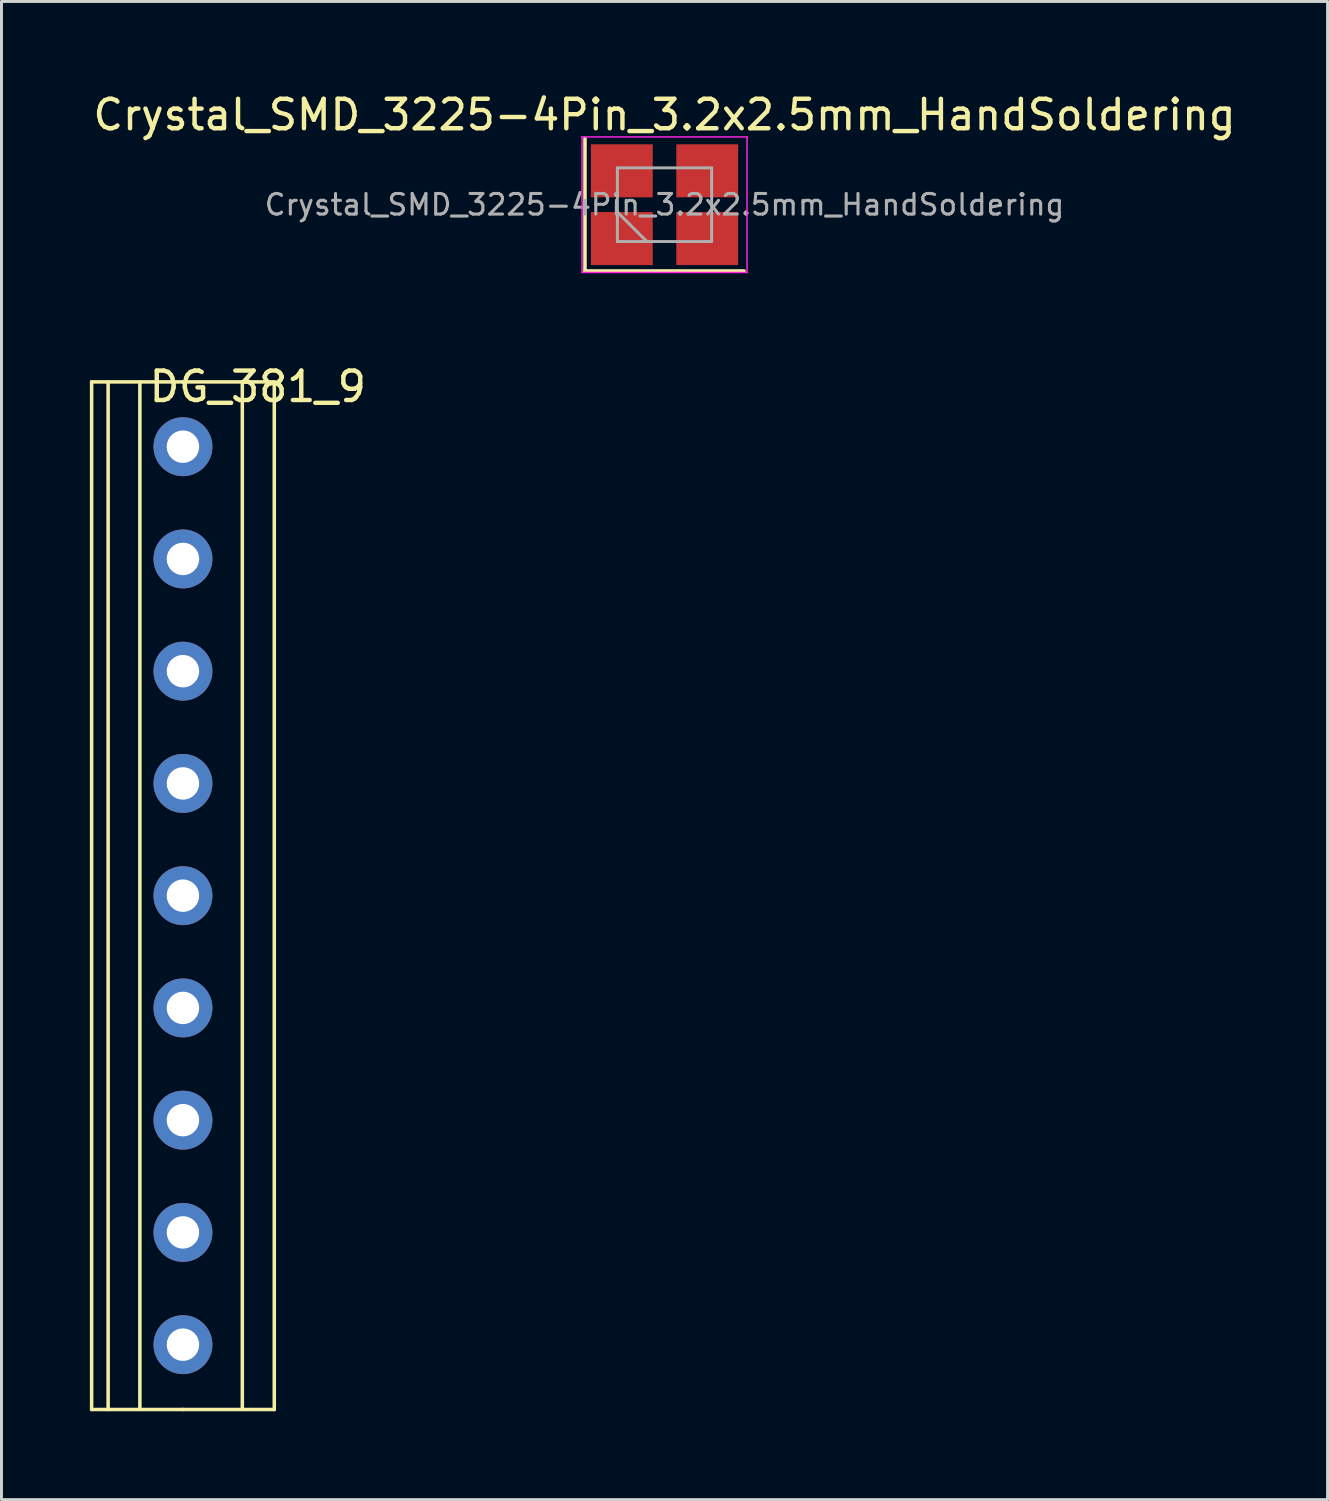
<source format=kicad_pcb>
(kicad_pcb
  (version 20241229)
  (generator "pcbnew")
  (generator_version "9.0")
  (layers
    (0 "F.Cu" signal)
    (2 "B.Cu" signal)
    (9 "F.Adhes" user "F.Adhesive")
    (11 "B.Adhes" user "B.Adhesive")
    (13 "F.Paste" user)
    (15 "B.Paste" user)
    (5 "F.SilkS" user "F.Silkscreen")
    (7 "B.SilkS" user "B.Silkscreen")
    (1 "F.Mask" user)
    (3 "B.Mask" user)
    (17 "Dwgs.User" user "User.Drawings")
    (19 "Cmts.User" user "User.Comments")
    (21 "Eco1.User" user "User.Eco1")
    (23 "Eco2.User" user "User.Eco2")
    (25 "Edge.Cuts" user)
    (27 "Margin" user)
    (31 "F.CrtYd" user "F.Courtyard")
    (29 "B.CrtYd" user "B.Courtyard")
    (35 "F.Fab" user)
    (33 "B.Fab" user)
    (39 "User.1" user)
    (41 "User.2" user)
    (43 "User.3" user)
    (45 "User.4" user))
  (footprint "DG_381_9"
    (layer "F.Cu")
    (at 5.7 9.572)
    (property "Reference" "DG_381_9" (at 0 0.5 0) (layer "F.SilkS") (effects (font (size 1 1) (thickness 0.15))))
    (attr through_hole)
    (fp_line (start -5.64 0.34) (end -5.64 35.22) (stroke (width 0.12) (type solid)) (layer "F.SilkS"))
    (fp_line (start -5.08 0.353) (end -5.08 35.22) (stroke (width 0.12) (type solid)) (layer "F.SilkS"))
    (fp_line (start -4.002 0.348) (end -4.002 35.215) (stroke (width 0.12) (type solid)) (layer "F.SilkS"))
    (fp_line (start -2.54 0.34) (end -5.64 0.34) (stroke (width 0.12) (type solid)) (layer "F.SilkS"))
    (fp_line (start -2.54 35.22) (end -5.64 35.22) (stroke (width 0.12) (type solid)) (layer "F.SilkS"))
    (fp_line (start -0.525 0.348) (end -0.525 35.215) (stroke (width 0.12) (type solid)) (layer "F.SilkS"))
    (fp_line (start 0.56 0.34) (end -2.54 0.34) (stroke (width 0.12) (type solid)) (layer "F.SilkS"))
    (fp_line (start 0.56 0.34) (end 0.56 35.22) (stroke (width 0.12) (type solid)) (layer "F.SilkS"))
    (fp_line (start 0.56 35.22) (end -2.54 35.22) (stroke (width 0.12) (type solid)) (layer "F.SilkS"))
    (pad "1" thru_hole circle (at -2.54 2.54) (size 2 2) (drill 1.1) (layers "*.Cu" "*.Mask"))
    (pad "2" thru_hole circle (at -2.54 6.35) (size 2 2) (drill 1.1) (layers "*.Cu" "*.Mask"))
    (pad "3" thru_hole circle (at -2.54 10.16) (size 2 2) (drill 1.1) (layers "*.Cu" "*.Mask"))
    (pad "4" thru_hole circle (at -2.54 13.97) (size 2 2) (drill 1.1) (layers "*.Cu" "*.Mask"))
    (pad "5" thru_hole circle (at -2.54 17.78) (size 2 2) (drill 1.1) (layers "*.Cu" "*.Mask"))
    (pad "6" thru_hole circle (at -2.54 21.59) (size 2 2) (drill 1.1) (layers "*.Cu" "*.Mask"))
    (pad "7" thru_hole circle (at -2.54 25.4) (size 2 2) (drill 1.1) (layers "*.Cu" "*.Mask"))
    (pad "8" thru_hole circle (at -2.54 29.21) (size 2 2) (drill 1.1) (layers "*.Cu" "*.Mask"))
    (pad "9" thru_hole circle (at -2.54 33.02) (size 2 2) (drill 1.1) (layers "*.Cu" "*.Mask")))
  (footprint "Crystal_SMD_3225-4Pin_3.2x2.5mm_HandSoldering"
    (layer "F.Cu")
    (at 19.506 3.898)
    (property "Reference" "Crystal_SMD_3225-4Pin_3.2x2.5mm_HandSoldering" (at 0 -3.05 0) (layer "F.SilkS") (effects (font (size 1 1) (thickness 0.15))))
    (attr smd)
    (fp_line (start -2.7 -2.25) (end -2.7 2.25) (stroke (width 0.12) (type solid)) (layer "F.SilkS"))
    (fp_line (start -2.7 2.25) (end 2.7 2.25) (stroke (width 0.12) (type solid)) (layer "F.SilkS"))
    (fp_line (start -2.8 -2.3) (end -2.8 2.3) (stroke (width 0.05) (type solid)) (layer "F.CrtYd"))
    (fp_line (start -2.8 2.3) (end 2.8 2.3) (stroke (width 0.05) (type solid)) (layer "F.CrtYd"))
    (fp_line (start 2.8 -2.3) (end -2.8 -2.3) (stroke (width 0.05) (type solid)) (layer "F.CrtYd"))
    (fp_line (start 2.8 2.3) (end 2.8 -2.3) (stroke (width 0.05) (type solid)) (layer "F.CrtYd"))
    (fp_line (start -1.6 -1.25) (end -1.6 1.25) (stroke (width 0.1) (type solid)) (layer "F.Fab"))
    (fp_line (start -1.6 0.25) (end -0.6 1.25) (stroke (width 0.1) (type solid)) (layer "F.Fab"))
    (fp_line (start -1.6 1.25) (end 1.6 1.25) (stroke (width 0.1) (type solid)) (layer "F.Fab"))
    (fp_line (start 1.6 -1.25) (end -1.6 -1.25) (stroke (width 0.1) (type solid)) (layer "F.Fab"))
    (fp_line (start 1.6 1.25) (end 1.6 -1.25) (stroke (width 0.1) (type solid)) (layer "F.Fab"))
    (fp_text user "${REFERENCE}" (at 0 0 0) (layer "F.Fab") (effects (font (size 0.7 0.7) (thickness 0.105))))
    (pad "1" smd rect (at -1.45 1.15) (size 2.1 1.8) (layers "F.Cu" "F.Mask" "F.Paste"))
    (pad "2" smd rect (at 1.45 -1.15) (size 2.1 1.8) (layers "F.Cu" "F.Mask" "F.Paste"))
    (pad "3" smd rect (at 1.45 1.15) (size 2.1 1.8) (layers "F.Cu" "F.Mask" "F.Paste"))
    (pad "4" smd rect (at -1.45 -1.15) (size 2.1 1.8) (layers "F.Cu" "F.Mask" "F.Paste")))
  (gr_rect
    (start -3 -3)
    (end 42.012 47.852)
    (stroke (width 0.1) (type default))
    (fill no)
    (layer "Edge.Cuts")))
</source>
